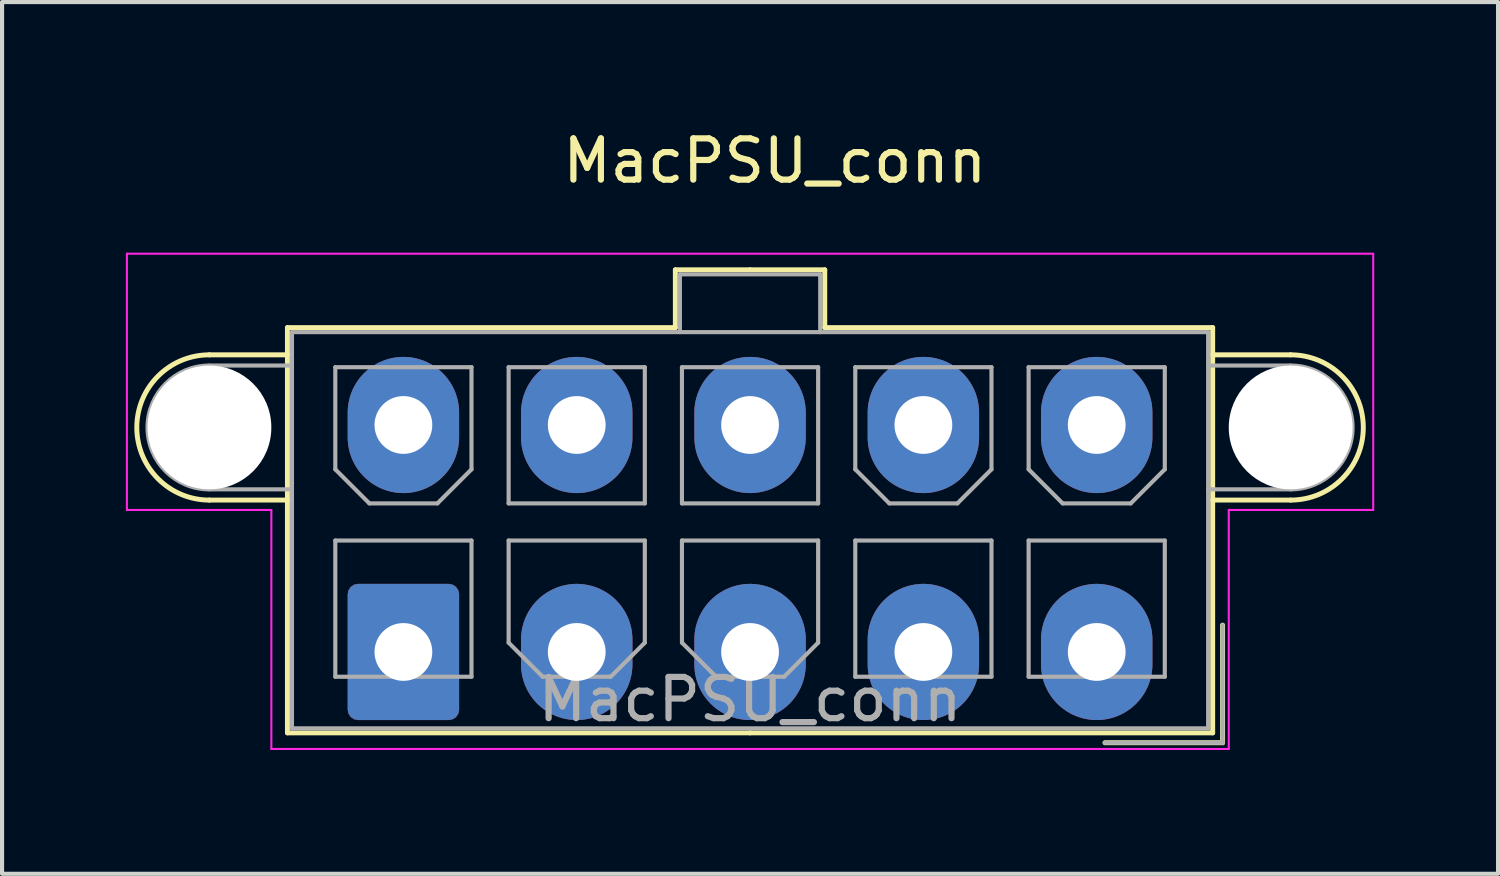
<source format=kicad_pcb>
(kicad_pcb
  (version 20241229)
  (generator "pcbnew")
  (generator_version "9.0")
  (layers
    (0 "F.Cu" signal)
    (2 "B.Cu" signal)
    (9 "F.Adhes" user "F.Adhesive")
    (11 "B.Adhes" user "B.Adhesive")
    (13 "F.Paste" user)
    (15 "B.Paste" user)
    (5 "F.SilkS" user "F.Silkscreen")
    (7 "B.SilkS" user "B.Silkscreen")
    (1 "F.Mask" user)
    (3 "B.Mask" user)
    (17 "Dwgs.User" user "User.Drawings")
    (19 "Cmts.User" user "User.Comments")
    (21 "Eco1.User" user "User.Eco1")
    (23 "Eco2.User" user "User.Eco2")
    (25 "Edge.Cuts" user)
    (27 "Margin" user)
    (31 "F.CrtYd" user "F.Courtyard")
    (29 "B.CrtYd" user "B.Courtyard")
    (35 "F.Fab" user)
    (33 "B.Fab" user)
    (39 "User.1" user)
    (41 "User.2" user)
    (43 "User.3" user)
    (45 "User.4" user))
  (footprint "MacPSU_conn"
    (layer "F.Cu")
    (at 6.725 6.848)
    (property "Reference" "MacPSU_conn" (at 9 -6 0) (unlocked yes) (layer "F.SilkS") (effects (font (size 1 1) (thickness 0.15))))
    (attr smd)
    (fp_line (start -4.7 -1.3) (end -2.81 -1.3) (stroke (width 0.12) (type solid)) (layer "F.SilkS"))
    (fp_line (start -4.7 2.22) (end -2.81 2.22) (stroke (width 0.12) (type solid)) (layer "F.SilkS"))
    (fp_line (start -2.81 -1.96) (end 6.59 -1.96) (stroke (width 0.12) (type solid)) (layer "F.SilkS"))
    (fp_line (start -2.81 7.86) (end -2.81 -1.96) (stroke (width 0.12) (type solid)) (layer "F.SilkS"))
    (fp_line (start 6.59 -3.36) (end 8.4 -3.36) (stroke (width 0.12) (type solid)) (layer "F.SilkS"))
    (fp_line (start 6.59 -1.96) (end 6.59 -3.36) (stroke (width 0.12) (type solid)) (layer "F.SilkS"))
    (fp_line (start 8.4 7.86) (end -2.81 7.86) (stroke (width 0.12) (type solid)) (layer "F.SilkS"))
    (fp_line (start 8.4 7.86) (end 19.61 7.86) (stroke (width 0.12) (type solid)) (layer "F.SilkS"))
    (fp_line (start 10.21 -3.36) (end 8.4 -3.36) (stroke (width 0.12) (type solid)) (layer "F.SilkS"))
    (fp_line (start 10.21 -1.96) (end 10.21 -3.36) (stroke (width 0.12) (type solid)) (layer "F.SilkS"))
    (fp_line (start 17 8.1) (end 19.85 8.1) (stroke (width 0.12) (type solid)) (layer "F.SilkS"))
    (fp_line (start 19.61 -1.96) (end 10.21 -1.96) (stroke (width 0.12) (type solid)) (layer "F.SilkS"))
    (fp_line (start 19.61 7.86) (end 19.61 -1.96) (stroke (width 0.12) (type solid)) (layer "F.SilkS"))
    (fp_line (start 19.85 8.1) (end 19.85 5.25) (stroke (width 0.12) (type solid)) (layer "F.SilkS"))
    (fp_line (start 21.5 -1.3) (end 19.61 -1.3) (stroke (width 0.12) (type solid)) (layer "F.SilkS"))
    (fp_line (start 21.5 2.22) (end 19.61 2.22) (stroke (width 0.12) (type solid)) (layer "F.SilkS"))
    (fp_arc (start -4.7 2.22) (mid -6.46 0.46) (end -4.7 -1.3) (stroke (width 0.12) (type solid)) (layer "F.SilkS"))
    (fp_arc (start 21.5 -1.3) (mid 23.26 0.46) (end 21.5 2.22) (stroke (width 0.12) (type solid)) (layer "F.SilkS"))
    (fp_line (start -6.7 -3.75) (end -6.7 2.46) (stroke (width 0.05) (type solid)) (layer "F.CrtYd"))
    (fp_line (start -6.7 2.46) (end -3.2 2.46) (stroke (width 0.05) (type solid)) (layer "F.CrtYd"))
    (fp_line (start -3.2 2.46) (end -3.2 8.25) (stroke (width 0.05) (type solid)) (layer "F.CrtYd"))
    (fp_line (start -3.2 8.25) (end 20 8.25) (stroke (width 0.05) (type solid)) (layer "F.CrtYd"))
    (fp_line (start 20 2.46) (end 23.5 2.46) (stroke (width 0.05) (type solid)) (layer "F.CrtYd"))
    (fp_line (start 20 8.25) (end 20 2.46) (stroke (width 0.05) (type solid)) (layer "F.CrtYd"))
    (fp_line (start 23.5 -3.75) (end -6.7 -3.75) (stroke (width 0.05) (type solid)) (layer "F.CrtYd"))
    (fp_line (start 23.5 2.46) (end 23.5 -3.75) (stroke (width 0.05) (type solid)) (layer "F.CrtYd"))
    (fp_line (start -4.7 -1.04) (end -2.7 -1.04) (stroke (width 0.1) (type solid)) (layer "F.Fab"))
    (fp_line (start -4.7 1.96) (end -2.7 1.96) (stroke (width 0.1) (type solid)) (layer "F.Fab"))
    (fp_line (start -2.7 -1.85) (end -2.7 7.75) (stroke (width 0.1) (type solid)) (layer "F.Fab"))
    (fp_line (start -2.7 7.75) (end 19.5 7.75) (stroke (width 0.1) (type solid)) (layer "F.Fab"))
    (fp_line (start -1.65 -1) (end -1.65 1.475) (stroke (width 0.1) (type solid)) (layer "F.Fab"))
    (fp_line (start -1.65 1.475) (end -0.825 2.3) (stroke (width 0.1) (type solid)) (layer "F.Fab"))
    (fp_line (start -1.65 3.2) (end 1.65 3.2) (stroke (width 0.1) (type solid)) (layer "F.Fab"))
    (fp_line (start -1.65 6.5) (end -1.65 3.2) (stroke (width 0.1) (type solid)) (layer "F.Fab"))
    (fp_line (start -0.825 2.3) (end 0.825 2.3) (stroke (width 0.1) (type solid)) (layer "F.Fab"))
    (fp_line (start 0.825 2.3) (end 1.65 1.475) (stroke (width 0.1) (type solid)) (layer "F.Fab"))
    (fp_line (start 1.65 -1) (end -1.65 -1) (stroke (width 0.1) (type solid)) (layer "F.Fab"))
    (fp_line (start 1.65 1.475) (end 1.65 -1) (stroke (width 0.1) (type solid)) (layer "F.Fab"))
    (fp_line (start 1.65 3.2) (end 1.65 6.5) (stroke (width 0.1) (type solid)) (layer "F.Fab"))
    (fp_line (start 1.65 6.5) (end -1.65 6.5) (stroke (width 0.1) (type solid)) (layer "F.Fab"))
    (fp_line (start 2.55 -1) (end 5.85 -1) (stroke (width 0.1) (type solid)) (layer "F.Fab"))
    (fp_line (start 2.55 2.3) (end 2.55 -1) (stroke (width 0.1) (type solid)) (layer "F.Fab"))
    (fp_line (start 2.55 3.2) (end 2.55 5.675) (stroke (width 0.1) (type solid)) (layer "F.Fab"))
    (fp_line (start 2.55 5.675) (end 3.375 6.5) (stroke (width 0.1) (type solid)) (layer "F.Fab"))
    (fp_line (start 3.375 6.5) (end 5.025 6.5) (stroke (width 0.1) (type solid)) (layer "F.Fab"))
    (fp_line (start 5.025 6.5) (end 5.85 5.675) (stroke (width 0.1) (type solid)) (layer "F.Fab"))
    (fp_line (start 5.85 -1) (end 5.85 2.3) (stroke (width 0.1) (type solid)) (layer "F.Fab"))
    (fp_line (start 5.85 2.3) (end 2.55 2.3) (stroke (width 0.1) (type solid)) (layer "F.Fab"))
    (fp_line (start 5.85 3.2) (end 2.55 3.2) (stroke (width 0.1) (type solid)) (layer "F.Fab"))
    (fp_line (start 5.85 5.675) (end 5.85 3.2) (stroke (width 0.1) (type solid)) (layer "F.Fab"))
    (fp_line (start 6.7 -3.25) (end 6.7 -1.85) (stroke (width 0.1) (type solid)) (layer "F.Fab"))
    (fp_line (start 6.75 -1) (end 10.05 -1) (stroke (width 0.1) (type solid)) (layer "F.Fab"))
    (fp_line (start 6.75 2.3) (end 6.75 -1) (stroke (width 0.1) (type solid)) (layer "F.Fab"))
    (fp_line (start 6.75 3.2) (end 6.75 5.675) (stroke (width 0.1) (type solid)) (layer "F.Fab"))
    (fp_line (start 6.75 5.675) (end 7.575 6.5) (stroke (width 0.1) (type solid)) (layer "F.Fab"))
    (fp_line (start 7.575 6.5) (end 9.225 6.5) (stroke (width 0.1) (type solid)) (layer "F.Fab"))
    (fp_line (start 9.225 6.5) (end 10.05 5.675) (stroke (width 0.1) (type solid)) (layer "F.Fab"))
    (fp_line (start 10.05 -1) (end 10.05 2.3) (stroke (width 0.1) (type solid)) (layer "F.Fab"))
    (fp_line (start 10.05 2.3) (end 6.75 2.3) (stroke (width 0.1) (type solid)) (layer "F.Fab"))
    (fp_line (start 10.05 3.2) (end 6.75 3.2) (stroke (width 0.1) (type solid)) (layer "F.Fab"))
    (fp_line (start 10.05 5.675) (end 10.05 3.2) (stroke (width 0.1) (type solid)) (layer "F.Fab"))
    (fp_line (start 10.1 -3.25) (end 6.7 -3.25) (stroke (width 0.1) (type solid)) (layer "F.Fab"))
    (fp_line (start 10.1 -1.85) (end 10.1 -3.25) (stroke (width 0.1) (type solid)) (layer "F.Fab"))
    (fp_line (start 10.95 -1) (end 10.95 1.475) (stroke (width 0.1) (type solid)) (layer "F.Fab"))
    (fp_line (start 10.95 1.475) (end 11.775 2.3) (stroke (width 0.1) (type solid)) (layer "F.Fab"))
    (fp_line (start 10.95 3.2) (end 14.25 3.2) (stroke (width 0.1) (type solid)) (layer "F.Fab"))
    (fp_line (start 10.95 6.5) (end 10.95 3.2) (stroke (width 0.1) (type solid)) (layer "F.Fab"))
    (fp_line (start 11.775 2.3) (end 13.425 2.3) (stroke (width 0.1) (type solid)) (layer "F.Fab"))
    (fp_line (start 13.425 2.3) (end 14.25 1.475) (stroke (width 0.1) (type solid)) (layer "F.Fab"))
    (fp_line (start 14.25 -1) (end 10.95 -1) (stroke (width 0.1) (type solid)) (layer "F.Fab"))
    (fp_line (start 14.25 1.475) (end 14.25 -1) (stroke (width 0.1) (type solid)) (layer "F.Fab"))
    (fp_line (start 14.25 3.2) (end 14.25 6.5) (stroke (width 0.1) (type solid)) (layer "F.Fab"))
    (fp_line (start 14.25 6.5) (end 10.95 6.5) (stroke (width 0.1) (type solid)) (layer "F.Fab"))
    (fp_line (start 15.15 -1) (end 15.15 1.475) (stroke (width 0.1) (type solid)) (layer "F.Fab"))
    (fp_line (start 15.15 1.475) (end 15.975 2.3) (stroke (width 0.1) (type solid)) (layer "F.Fab"))
    (fp_line (start 15.15 3.2) (end 18.45 3.2) (stroke (width 0.1) (type solid)) (layer "F.Fab"))
    (fp_line (start 15.15 6.5) (end 15.15 3.2) (stroke (width 0.1) (type solid)) (layer "F.Fab"))
    (fp_line (start 15.975 2.3) (end 17.625 2.3) (stroke (width 0.1) (type solid)) (layer "F.Fab"))
    (fp_line (start 17 8.1) (end 19.85 8.1) (stroke (width 0.1) (type solid)) (layer "F.Fab"))
    (fp_line (start 17.625 2.3) (end 18.45 1.475) (stroke (width 0.1) (type solid)) (layer "F.Fab"))
    (fp_line (start 18.45 -1) (end 15.15 -1) (stroke (width 0.1) (type solid)) (layer "F.Fab"))
    (fp_line (start 18.45 1.475) (end 18.45 -1) (stroke (width 0.1) (type solid)) (layer "F.Fab"))
    (fp_line (start 18.45 3.2) (end 18.45 6.5) (stroke (width 0.1) (type solid)) (layer "F.Fab"))
    (fp_line (start 18.45 6.5) (end 15.15 6.5) (stroke (width 0.1) (type solid)) (layer "F.Fab"))
    (fp_line (start 19.5 -1.85) (end -2.7 -1.85) (stroke (width 0.1) (type solid)) (layer "F.Fab"))
    (fp_line (start 19.5 7.75) (end 19.5 -1.85) (stroke (width 0.1) (type solid)) (layer "F.Fab"))
    (fp_line (start 19.85 8.1) (end 19.85 5.25) (stroke (width 0.1) (type solid)) (layer "F.Fab"))
    (fp_line (start 21.5 -1.04) (end 19.5 -1.04) (stroke (width 0.1) (type solid)) (layer "F.Fab"))
    (fp_line (start 21.5 1.96) (end 19.5 1.96) (stroke (width 0.1) (type solid)) (layer "F.Fab"))
    (fp_arc (start -4.7 1.96) (mid -6.2 0.46) (end -4.7 -1.04) (stroke (width 0.1) (type solid)) (layer "F.Fab"))
    (fp_arc (start 21.5 -1.04) (mid 23 0.46) (end 21.5 1.96) (stroke (width 0.1) (type solid)) (layer "F.Fab"))
    (fp_text user "${REFERENCE}" (at 8.4 7.05 180) (layer "F.Fab") (effects (font (size 1 1) (thickness 0.15))))
    (pad "" np_thru_hole circle (at -4.7 0.46 180) (size 3 3) (drill 3) (layers "*.Cu" "*.Mask"))
    (pad "" np_thru_hole circle (at 21.5 0.46 180) (size 3 3) (drill 3) (layers "*.Cu" "*.Mask"))
    (pad "1" thru_hole roundrect (at 0 5.9 180) (size 2.7 3.3) (drill 1.4) (layers "*.Cu" "*.Mask") (roundrect_rratio 0.093))
    (pad "2" thru_hole oval (at 4.2 5.9 180) (size 2.7 3.3) (drill 1.4) (layers "*.Cu" "*.Mask"))
    (pad "3" thru_hole oval (at 8.4 5.9 180) (size 2.7 3.3) (drill 1.4) (layers "*.Cu" "*.Mask"))
    (pad "4" thru_hole oval (at 12.6 5.9 180) (size 2.7 3.3) (drill 1.4) (layers "*.Cu" "*.Mask"))
    (pad "5" thru_hole oval (at 16.8 5.9 180) (size 2.7 3.3) (drill 1.4) (layers "*.Cu" "*.Mask"))
    (pad "6" thru_hole oval (at 0 0.4 180) (size 2.7 3.3) (drill 1.4) (layers "*.Cu" "*.Mask"))
    (pad "7" thru_hole oval (at 4.2 0.4 180) (size 2.7 3.3) (drill 1.4) (layers "*.Cu" "*.Mask"))
    (pad "8" thru_hole oval (at 8.4 0.4 180) (size 2.7 3.3) (drill 1.4) (layers "*.Cu" "*.Mask"))
    (pad "9" thru_hole oval (at 12.6 0.4 180) (size 2.7 3.3) (drill 1.4) (layers "*.Cu" "*.Mask"))
    (pad "10" thru_hole oval (at 16.8 0.4 180) (size 2.7 3.3) (drill 1.4) (layers "*.Cu" "*.Mask")))
  (gr_rect
    (start -3 -3)
    (end 33.25 18.123)
    (stroke (width 0.1) (type default))
    (fill no)
    (layer "Edge.Cuts")))
</source>
